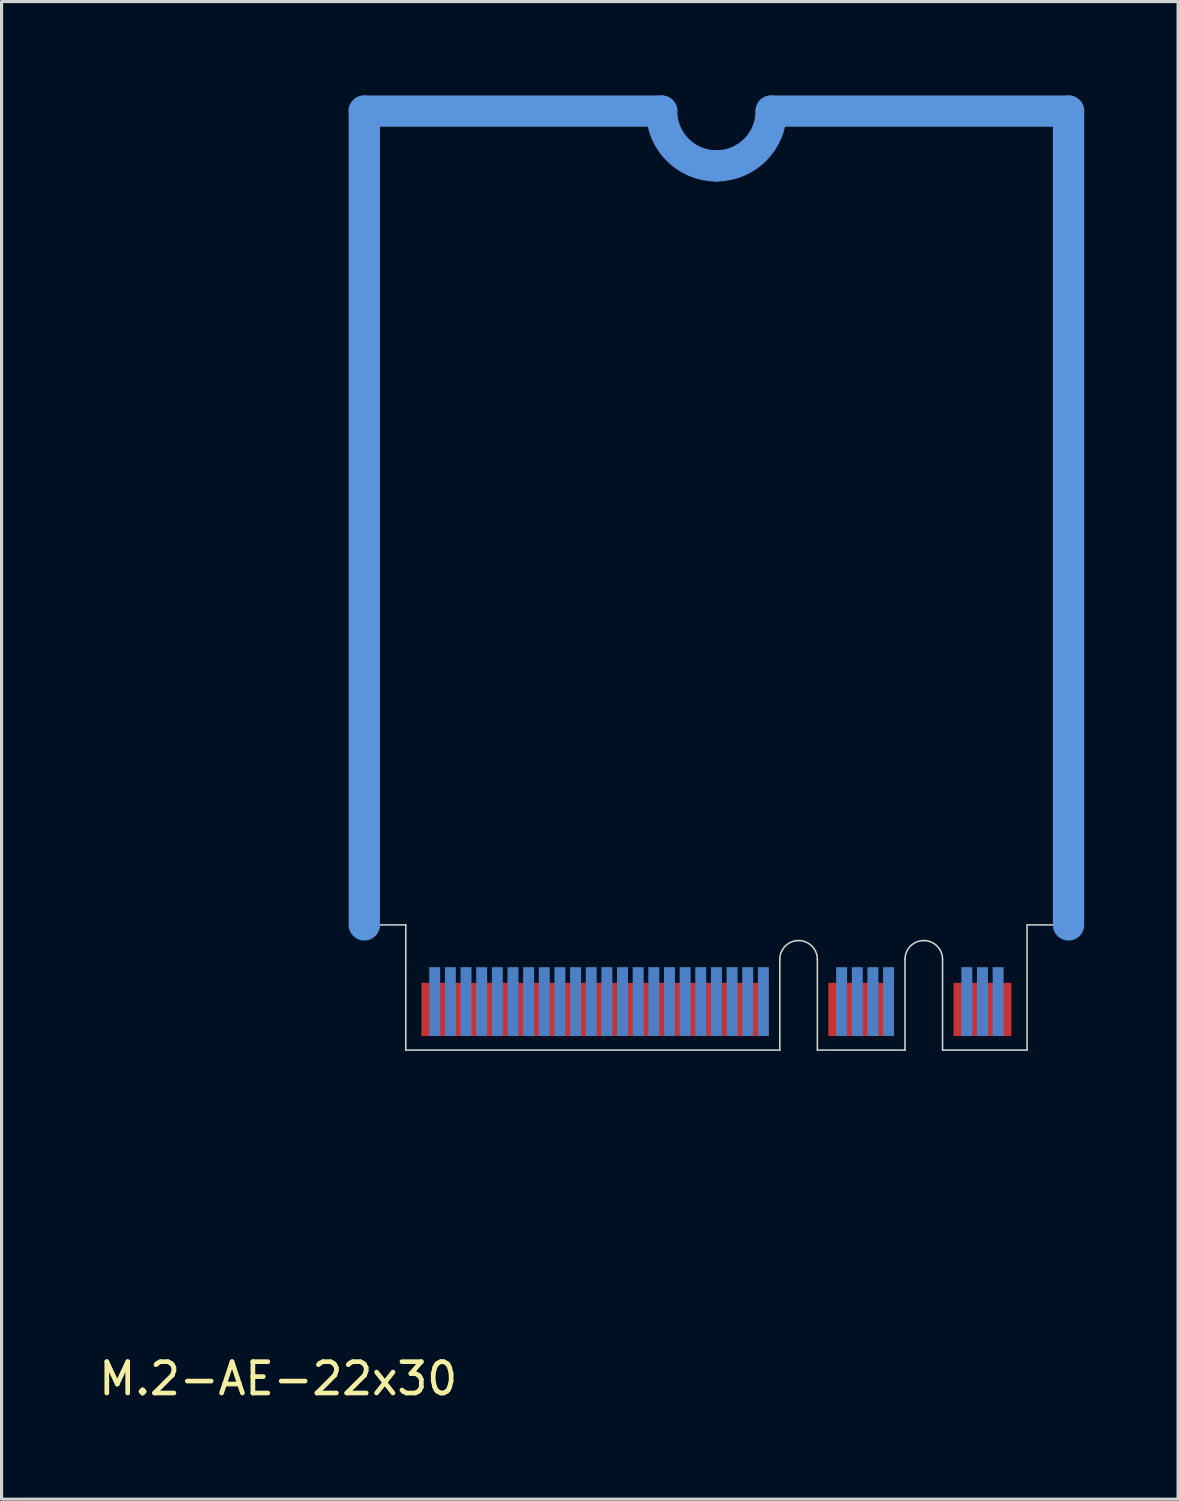
<source format=kicad_pcb>
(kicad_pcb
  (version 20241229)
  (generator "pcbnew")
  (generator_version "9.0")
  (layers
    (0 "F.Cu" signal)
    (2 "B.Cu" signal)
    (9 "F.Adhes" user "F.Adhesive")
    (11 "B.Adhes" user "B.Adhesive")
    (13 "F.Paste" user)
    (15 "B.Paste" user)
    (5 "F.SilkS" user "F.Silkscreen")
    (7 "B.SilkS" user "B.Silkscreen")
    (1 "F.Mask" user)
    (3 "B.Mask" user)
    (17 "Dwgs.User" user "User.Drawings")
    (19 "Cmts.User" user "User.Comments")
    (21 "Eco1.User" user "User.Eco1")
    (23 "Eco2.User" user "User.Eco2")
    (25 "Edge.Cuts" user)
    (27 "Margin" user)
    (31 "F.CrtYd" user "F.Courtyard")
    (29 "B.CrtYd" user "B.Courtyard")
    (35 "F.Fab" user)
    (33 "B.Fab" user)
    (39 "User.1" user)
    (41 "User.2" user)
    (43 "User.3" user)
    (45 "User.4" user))
  (footprint "M.2-AE-22x30"
    (layer "F.Cu")
    (at 19.839 30.5)
    (property "Reference" "M.2-AE-22x30" (at -14 10.5 0) (layer "F.SilkS") (effects (font (size 1 1) (thickness 0.15))))
    (attr through_hole)
    (fp_line (start -11.25 -30) (end -1.75 -30) (stroke (width 1) (type solid)) (layer "Cmts.User"))
    (fp_line (start -11.25 -4) (end -11.25 -30) (stroke (width 1) (type solid)) (layer "Cmts.User"))
    (fp_line (start 11.25 -30) (end 1.75 -30) (stroke (width 1) (type solid)) (layer "Cmts.User"))
    (fp_line (start 11.25 -4) (end 11.25 -30) (stroke (width 1) (type solid)) (layer "Cmts.User"))
    (fp_arc (start 0 -28.25) (mid -1.237437 -28.762563) (end -1.75 -30) (stroke (width 1) (type solid)) (layer "Cmts.User"))
    (fp_arc (start 1.75 -30) (mid 1.237437 -28.762563) (end 0 -28.25) (stroke (width 1) (type solid)) (layer "Cmts.User"))
    (fp_line (start -11.25 -30) (end -1.75 -30) (stroke (width 0.05) (type solid)) (layer "Edge.Cuts"))
    (fp_line (start -11.25 -4) (end -11.25 -30) (stroke (width 0.05) (type solid)) (layer "Edge.Cuts"))
    (fp_line (start -9.925 -4) (end -11.25 -4) (stroke (width 0.05) (type solid)) (layer "Edge.Cuts"))
    (fp_line (start -9.925 0) (end -9.925 -4) (stroke (width 0.05) (type solid)) (layer "Edge.Cuts"))
    (fp_line (start 2.025 0) (end -9.925 0) (stroke (width 0.05) (type solid)) (layer "Edge.Cuts"))
    (fp_line (start 2.025 0) (end 2.025 -2.9) (stroke (width 0.05) (type solid)) (layer "Edge.Cuts"))
    (fp_line (start 3.225 0) (end 3.225 -2.9) (stroke (width 0.05) (type solid)) (layer "Edge.Cuts"))
    (fp_line (start 6.025 0) (end 3.225 0) (stroke (width 0.05) (type solid)) (layer "Edge.Cuts"))
    (fp_line (start 6.025 0) (end 6.025 -2.9) (stroke (width 0.05) (type solid)) (layer "Edge.Cuts"))
    (fp_line (start 7.225 0) (end 7.225 -2.9) (stroke (width 0.05) (type solid)) (layer "Edge.Cuts"))
    (fp_line (start 9.925 -4) (end 11.25 -4) (stroke (width 0.05) (type solid)) (layer "Edge.Cuts"))
    (fp_line (start 9.925 0) (end 7.225 0) (stroke (width 0.05) (type solid)) (layer "Edge.Cuts"))
    (fp_line (start 9.925 0) (end 9.925 -4) (stroke (width 0.05) (type solid)) (layer "Edge.Cuts"))
    (fp_line (start 11.25 -30) (end 1.75 -30) (stroke (width 0.05) (type solid)) (layer "Edge.Cuts"))
    (fp_line (start 11.25 -4) (end 11.25 -30) (stroke (width 0.05) (type solid)) (layer "Edge.Cuts"))
    (fp_arc (start 0 -28.25) (mid -1.237437 -28.762563) (end -1.75 -30) (stroke (width 0.05) (type solid)) (layer "Edge.Cuts"))
    (fp_arc (start 1.75 -30) (mid 1.237437 -28.762563) (end 0 -28.25) (stroke (width 0.05) (type solid)) (layer "Edge.Cuts"))
    (fp_arc (start 2.025 -2.9) (mid 2.200736 -3.324264) (end 2.625 -3.5) (stroke (width 0.05) (type solid)) (layer "Edge.Cuts"))
    (fp_arc (start 2.625 -3.5) (mid 3.049264 -3.324264) (end 3.225 -2.9) (stroke (width 0.05) (type solid)) (layer "Edge.Cuts"))
    (fp_arc (start 6.025 -2.9) (mid 6.200736 -3.324264) (end 6.625 -3.5) (stroke (width 0.05) (type solid)) (layer "Edge.Cuts"))
    (fp_arc (start 6.625 -3.5) (mid 7.049264 -3.324264) (end 7.225 -2.9) (stroke (width 0.05) (type solid)) (layer "Edge.Cuts"))
    (pad "1" smd rect (at 9.25 -1.3) (size 0.35 1.7) (layers "F.Cu" "F.Mask"))
    (pad "2" smd rect (at 9 -1.55) (size 0.35 2.2) (layers "B.Cu" "B.Mask"))
    (pad "3" smd rect (at 8.75 -1.3) (size 0.35 1.7) (layers "F.Cu" "F.Mask"))
    (pad "4" smd rect (at 8.5 -1.55) (size 0.35 2.2) (layers "B.Cu" "B.Mask"))
    (pad "5" smd rect (at 8.25 -1.3) (size 0.35 1.7) (layers "F.Cu" "F.Mask"))
    (pad "6" smd rect (at 8 -1.55) (size 0.35 2.2) (layers "B.Cu" "B.Mask"))
    (pad "7" smd rect (at 7.75 -1.3) (size 0.35 1.7) (layers "F.Cu" "F.Mask"))
    (pad "16" smd rect (at 5.5 -1.55) (size 0.35 2.2) (layers "B.Cu" "B.Mask"))
    (pad "17" smd rect (at 5.25 -1.3) (size 0.35 1.7) (layers "F.Cu" "F.Mask"))
    (pad "18" smd rect (at 5 -1.55) (size 0.35 2.2) (layers "B.Cu" "B.Mask"))
    (pad "19" smd rect (at 4.75 -1.3) (size 0.35 1.7) (layers "F.Cu" "F.Mask"))
    (pad "20" smd rect (at 4.5 -1.55) (size 0.35 2.2) (layers "B.Cu" "B.Mask"))
    (pad "21" smd rect (at 4.25 -1.3) (size 0.35 1.7) (layers "F.Cu" "F.Mask"))
    (pad "22" smd rect (at 4 -1.55) (size 0.35 2.2) (layers "B.Cu" "B.Mask"))
    (pad "23" smd rect (at 3.75 -1.3) (size 0.35 1.7) (layers "F.Cu" "F.Mask"))
    (pad "32" smd rect (at 1.5 -1.55) (size 0.35 2.2) (layers "B.Cu" "B.Mask"))
    (pad "33" smd rect (at 1.25 -1.3) (size 0.35 1.7) (layers "F.Cu" "F.Mask"))
    (pad "34" smd rect (at 1 -1.55) (size 0.35 2.2) (layers "B.Cu" "B.Mask"))
    (pad "35" smd rect (at 0.75 -1.3) (size 0.35 1.7) (layers "F.Cu" "F.Mask"))
    (pad "36" smd rect (at 0.5 -1.55) (size 0.35 2.2) (layers "B.Cu" "B.Mask"))
    (pad "37" smd rect (at 0.25 -1.3) (size 0.35 1.7) (layers "F.Cu" "F.Mask"))
    (pad "38" smd rect (at 0 -1.55) (size 0.35 2.2) (layers "B.Cu" "B.Mask"))
    (pad "39" smd rect (at -0.25 -1.3) (size 0.35 1.7) (layers "F.Cu" "F.Mask"))
    (pad "40" smd rect (at -0.5 -1.55) (size 0.35 2.2) (layers "B.Cu" "B.Mask"))
    (pad "41" smd rect (at -0.75 -1.3) (size 0.35 1.7) (layers "F.Cu" "F.Mask"))
    (pad "42" smd rect (at -1 -1.55) (size 0.35 2.2) (layers "B.Cu" "B.Mask"))
    (pad "43" smd rect (at -1.25 -1.3) (size 0.35 1.7) (layers "F.Cu" "F.Mask"))
    (pad "44" smd rect (at -1.5 -1.55) (size 0.35 2.2) (layers "B.Cu" "B.Mask"))
    (pad "45" smd rect (at -1.75 -1.3) (size 0.35 1.7) (layers "F.Cu" "F.Mask"))
    (pad "46" smd rect (at -2 -1.55) (size 0.35 2.2) (layers "B.Cu" "B.Mask"))
    (pad "47" smd rect (at -2.25 -1.3) (size 0.35 1.7) (layers "F.Cu" "F.Mask"))
    (pad "48" smd rect (at -2.5 -1.55) (size 0.35 2.2) (layers "B.Cu" "B.Mask"))
    (pad "49" smd rect (at -2.75 -1.3) (size 0.35 1.7) (layers "F.Cu" "F.Mask"))
    (pad "50" smd rect (at -3 -1.55) (size 0.35 2.2) (layers "B.Cu" "B.Mask"))
    (pad "51" smd rect (at -3.25 -1.3) (size 0.35 1.7) (layers "F.Cu" "F.Mask"))
    (pad "52" smd rect (at -3.5 -1.55) (size 0.35 2.2) (layers "B.Cu" "B.Mask"))
    (pad "53" smd rect (at -3.75 -1.3) (size 0.35 1.7) (layers "F.Cu" "F.Mask"))
    (pad "54" smd rect (at -4 -1.55) (size 0.35 2.2) (layers "B.Cu" "B.Mask"))
    (pad "55" smd rect (at -4.25 -1.3) (size 0.35 1.7) (layers "F.Cu" "F.Mask"))
    (pad "56" smd rect (at -4.5 -1.55) (size 0.35 2.2) (layers "B.Cu" "B.Mask"))
    (pad "57" smd rect (at -4.75 -1.3) (size 0.35 1.7) (layers "F.Cu" "F.Mask"))
    (pad "58" smd rect (at -5 -1.55) (size 0.35 2.2) (layers "B.Cu" "B.Mask"))
    (pad "59" smd rect (at -5.25 -1.3) (size 0.35 1.7) (layers "F.Cu" "F.Mask"))
    (pad "60" smd rect (at -5.5 -1.55) (size 0.35 2.2) (layers "B.Cu" "B.Mask"))
    (pad "61" smd rect (at -5.75 -1.3) (size 0.35 1.7) (layers "F.Cu" "F.Mask"))
    (pad "62" smd rect (at -6 -1.55) (size 0.35 2.2) (layers "B.Cu" "B.Mask"))
    (pad "63" smd rect (at -6.25 -1.3) (size 0.35 1.7) (layers "F.Cu" "F.Mask"))
    (pad "64" smd rect (at -6.5 -1.55) (size 0.35 2.2) (layers "B.Cu" "B.Mask"))
    (pad "65" smd rect (at -6.75 -1.3) (size 0.35 1.7) (layers "F.Cu" "F.Mask"))
    (pad "66" smd rect (at -7 -1.55) (size 0.35 2.2) (layers "B.Cu" "B.Mask"))
    (pad "67" smd rect (at -7.25 -1.3) (size 0.35 1.7) (layers "F.Cu" "F.Mask"))
    (pad "68" smd rect (at -7.5 -1.55) (size 0.35 2.2) (layers "B.Cu" "B.Mask"))
    (pad "69" smd rect (at -7.75 -1.3) (size 0.35 1.7) (layers "F.Cu" "F.Mask"))
    (pad "70" smd rect (at -8 -1.55) (size 0.35 2.2) (layers "B.Cu" "B.Mask"))
    (pad "71" smd rect (at -8.25 -1.3) (size 0.35 1.7) (layers "F.Cu" "F.Mask"))
    (pad "72" smd rect (at -8.5 -1.55) (size 0.35 2.2) (layers "B.Cu" "B.Mask"))
    (pad "73" smd rect (at -8.75 -1.3) (size 0.35 1.7) (layers "F.Cu" "F.Mask"))
    (pad "74" smd rect (at -9 -1.55) (size 0.35 2.2) (layers "B.Cu" "B.Mask"))
    (pad "75" smd rect (at -9.25 -1.3) (size 0.35 1.7) (layers "F.Cu" "F.Mask")))
  (gr_rect
    (start -3 -3)
    (end 34.589 44.848)
    (stroke (width 0.1) (type default))
    (fill no)
    (layer "Edge.Cuts")))
</source>
